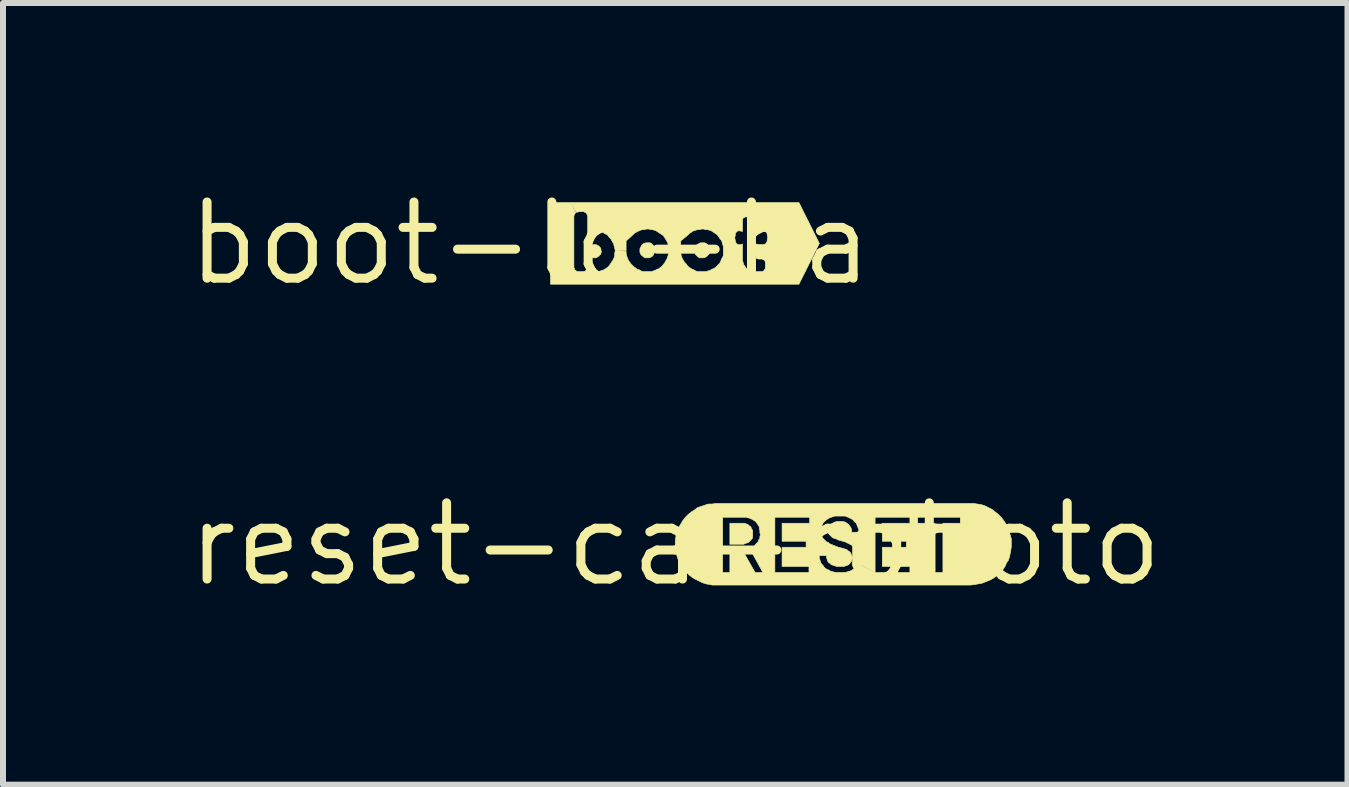
<source format=kicad_pcb>
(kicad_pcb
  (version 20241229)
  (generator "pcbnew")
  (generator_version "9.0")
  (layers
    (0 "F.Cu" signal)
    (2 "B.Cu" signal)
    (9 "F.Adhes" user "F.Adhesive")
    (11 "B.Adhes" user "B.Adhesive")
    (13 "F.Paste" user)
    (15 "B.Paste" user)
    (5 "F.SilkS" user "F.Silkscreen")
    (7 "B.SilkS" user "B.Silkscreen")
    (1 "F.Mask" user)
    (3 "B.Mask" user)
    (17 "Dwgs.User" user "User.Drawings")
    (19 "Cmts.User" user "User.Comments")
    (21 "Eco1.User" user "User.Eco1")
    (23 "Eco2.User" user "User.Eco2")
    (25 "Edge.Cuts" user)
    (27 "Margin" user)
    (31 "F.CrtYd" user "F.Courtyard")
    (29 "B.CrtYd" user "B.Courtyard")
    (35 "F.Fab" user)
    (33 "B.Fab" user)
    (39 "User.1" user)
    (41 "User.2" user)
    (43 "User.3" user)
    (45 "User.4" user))
  (footprint "reset-ca-roboto"
    (layer "F.Cu")
    (at 8.202 6.019)
    (property "Reference" "reset-ca-roboto" (at 0 0 0) (layer "F.SilkS") (effects (font (size 1.27 1.27) (thickness 0.15))))
    (attr board_only exclude_from_pos_files exclude_from_bom)
    (fp_poly (pts (xy 0.91 0) (xy 1.1 0) (xy 1.14 0) (xy 1.16 -0.01) (xy 1.19 -0.02) (xy 1.22 -0.03) (xy 1.24 -0.05) (xy 1.26 -0.07) (xy 1.28 -0.09) (xy 1.29 -0.12) (xy 1.29 -0.15) (xy 1.29 -0.2) (xy 1.29 -0.23) (xy 1.27 -0.26) (xy 1.26 -0.29) (xy 1.23 -0.31) (xy 1.21 -0.33) (xy 1.18 -0.34) (xy 1.15 -0.35) (xy 1.1 -0.35) (xy 0.91 -0.35) (xy 0.91 0)) (stroke (width 0.01) (type solid)) (fill yes) (layer "F.SilkS"))
    (fp_poly (pts (xy 0.68 -0.68) (xy 0.61 -0.67) (xy 0.55 -0.67) (xy 0.49 -0.65) (xy 0.43 -0.63) (xy 0.37 -0.61) (xy 0.32 -0.57) (xy 0.27 -0.54) (xy 0.22 -0.5) (xy 0.17 -0.45) (xy 0.13 -0.4) (xy 0.1 -0.35) (xy 0.07 -0.3) (xy 0.04 -0.24) (xy 0.02 -0.18) (xy 0.01 -0.12) (xy 0 -0.05) (xy 0 0.01) (xy 0 0.07) (xy 0.01 0.13) (xy 0.03 0.2) (xy 0.05 0.26) (xy 0.08 0.31) (xy 0.11 0.37) (xy 0.15 0.42) (xy 0.19 0.47) (xy 0.23 0.51) (xy 0.28 0.55) (xy 0.33 0.58) (xy 0.39 0.61) (xy 0.45 0.64) (xy 0.51 0.66) (xy 0.57 0.67) (xy 0.62 0.68) (xy 0.68 0.68) (xy 0.79 0.47) (xy 0.79 -0.45) (xy 1.1 -0.45) (xy 1.15 -0.45) (xy 1.19 -0.45) (xy 1.25 -0.43) (xy 1.27 -0.42) (xy 1.29 -0.41) (xy 1.32 -0.39) (xy 1.34 -0.38) (xy 1.35 -0.36) (xy 1.37 -0.34) (xy 1.38 -0.32) (xy 1.4 -0.29) (xy 1.4 -0.26) (xy 1.41 -0.23) (xy 1.41 -0.19) (xy 1.42 -0.16) (xy 1.41 -0.13) (xy 1.41 -0.1) (xy 1.39 -0.07) (xy 1.38 -0.04) (xy 1.36 -0.02) (xy 1.34 0) (xy 1.32 0.03) (xy 1.3 0.04) (xy 1.27 0.06) (xy 1.24 0.07) (xy 1.46 0.47) (xy 1.66 0.47) (xy 1.66 -0.45) (xy 2.24 -0.45) (xy 2.24 -0.35) (xy 1.78 -0.35) (xy 1.78 -0.05) (xy 2.18 -0.05) (xy 2.18 0.05) (xy 1.78 0.05) (xy 1.78 0.37) (xy 2.25 0.37) (xy 2.42 0.29) (xy 2.41 0.26) (xy 2.4 0.23) (xy 2.4 0.19) (xy 2.52 0.19) (xy 2.52 0.22) (xy 2.53 0.25) (xy 2.54 0.28) (xy 2.55 0.3) (xy 2.58 0.32) (xy 2.6 0.34) (xy 2.63 0.35) (xy 2.66 0.36) (xy 2.69 0.37) (xy 2.73 0.37) (xy 2.77 0.37) (xy 2.81 0.37) (xy 2.84 0.36) (xy 2.87 0.35) (xy 2.89 0.34) (xy 2.91 0.32) (xy 2.92 0.3) (xy 2.94 0.28) (xy 2.94 0.26) (xy 2.95 0.24) (xy 2.95 0.21) (xy 2.94 0.19) (xy 2.93 0.16) (xy 2.92 0.14) (xy 2.91 0.13) (xy 2.9 0.12) (xy 2.88 0.11) (xy 2.86 0.09) (xy 2.8 0.07) (xy 2.72 0.05) (xy 2.64 0.02) (xy 2.57 -0.01) (xy 2.55 -0.03) (xy 2.52 -0.04) (xy 2.5 -0.06) (xy 2.48 -0.08) (xy 2.46 -0.1) (xy 2.45 -0.12) (xy 2.44 -0.14) (xy 2.43 -0.17) (xy 2.43 -0.19) (xy 2.42 -0.22) (xy 2.43 -0.25) (xy 2.43 -0.27) (xy 2.44 -0.3) (xy 2.45 -0.32) (xy 2.46 -0.35) (xy 2.48 -0.37) (xy 2.5 -0.39) (xy 2.52 -0.41) (xy 2.54 -0.42) (xy 2.57 -0.44) (xy 2.6 -0.45) (xy 2.63 -0.46) (xy 2.66 -0.47) (xy 2.69 -0.47) (xy 2.72 -0.47) (xy 2.76 -0.47) (xy 2.8 -0.47) (xy 2.83 -0.47) (xy 2.88 -0.45) (xy 2.92 -0.43) (xy 2.96 -0.41) (xy 2.99 -0.37) (xy 3.01 -0.36) (xy 3.02 -0.34) (xy 3.04 -0.29) (xy 3.06 -0.24) (xy 3.06 -0.2) (xy 2.94 -0.2) (xy 2.94 -0.24) (xy 2.93 -0.27) (xy 2.91 -0.3) (xy 2.89 -0.33) (xy 2.86 -0.35) (xy 2.83 -0.37) (xy 2.79 -0.38) (xy 2.74 -0.38) (xy 2.7 -0.38) (xy 2.66 -0.37) (xy 2.62 -0.35) (xy 2.59 -0.33) (xy 2.57 -0.31) (xy 2.56 -0.28) (xy 2.55 -0.24) (xy 2.55 -0.22) (xy 2.55 -0.21) (xy 2.55 -0.18) (xy 2.57 -0.16) (xy 2.59 -0.14) (xy 2.61 -0.12) (xy 2.64 -0.1) (xy 2.68 -0.09) (xy 2.72 -0.07) (xy 2.83 -0.04) (xy 2.87 -0.02) (xy 2.91 0) (xy 2.95 0.02) (xy 2.98 0.05) (xy 3.01 0.08) (xy 3.04 0.11) (xy 3.05 0.12) (xy 3.05 0.14) (xy 3.06 0.17) (xy 3.07 0.19) (xy 3.07 0.21) (xy 3.07 0.24) (xy 3.07 0.26) (xy 3.06 0.28) (xy 3.05 0.32) (xy 3.33 0.47) (xy 3.33 -0.45) (xy 3.91 -0.45) (xy 3.91 -0.35) (xy 4.04 -0.35) (xy 4.04 -0.45) (xy 4.75 -0.45) (xy 4.75 -0.35) (xy 4.46 -0.35) (xy 4.46 0.47) (xy 4.33 0.47) (xy 4.33 -0.35) (xy 4.04 -0.35) (xy 3.91 -0.35) (xy 3.45 -0.35) (xy 3.45 -0.05) (xy 3.85 -0.05) (xy 3.85 0.05) (xy 3.45 0.05) (xy 3.45 0.37) (xy 3.91 0.37) (xy 3.91 0.47) (xy 3.33 0.47) (xy 3.05 0.33) (xy 3.03 0.36) (xy 3 0.39) (xy 2.96 0.42) (xy 2.93 0.44) (xy 2.9 0.45) (xy 2.87 0.46) (xy 2.83 0.47) (xy 2.79 0.47) (xy 2.74 0.47) (xy 2.7 0.47) (xy 2.67 0.47) (xy 2.63 0.46) (xy 2.59 0.45) (xy 2.56 0.43) (xy 2.53 0.42) (xy 2.5 0.4) (xy 2.48 0.38) (xy 2.46 0.35) (xy 2.44 0.33) (xy 2.42 0.3) (xy 2.25 0.37) (xy 2.25 0.47) (xy 1.66 0.47) (xy 1.46 0.47) (xy 1.33 0.47) (xy 1.12 0.1) (xy 0.91 0.1) (xy 0.91 0.47) (xy 0.79 0.47) (xy 0.68 0.68) (xy 4.92 0.68) (xy 5 0.67) (xy 5.05 0.66) (xy 5.11 0.65) (xy 5.16 0.63) (xy 5.21 0.61) (xy 5.26 0.59) (xy 5.31 0.56) (xy 5.35 0.53) (xy 5.39 0.49) (xy 5.43 0.45) (xy 5.47 0.41) (xy 5.5 0.36) (xy 5.52 0.31) (xy 5.55 0.27) (xy 5.57 0.21) (xy 5.58 0.16) (xy 5.59 0.11) (xy 5.6 0.04) (xy 5.6 -0.03) (xy 5.6 -0.09) (xy 5.58 -0.16) (xy 5.56 -0.22) (xy 5.54 -0.28) (xy 5.51 -0.34) (xy 5.47 -0.4) (xy 5.43 -0.45) (xy 5.38 -0.5) (xy 5.33 -0.54) (xy 5.28 -0.58) (xy 5.22 -0.61) (xy 5.16 -0.64) (xy 5.1 -0.66) (xy 5.03 -0.67) (xy 4.98 -0.68) (xy 4.93 -0.68) (xy 0.68 -0.68)) (stroke (width 0.01) (type solid)) (fill yes) (layer "F.SilkS")))
  (footprint "boot-lc-ha"
    (layer "F.Cu")
    (at 5.783 1.006)
    (property "Reference" "boot-lc-ha" (at 0 0 0) (layer "F.SilkS") (effects (font (size 1.27 1.27) (thickness 0.15))))
    (attr board_only exclude_from_pos_files exclude_from_bom)
    (fp_poly (pts (xy 1.02 0.24) (xy 1.08 0.24) (xy 1.1 0.24) (xy 1.12 0.23) (xy 1.13 0.22) (xy 1.15 0.21) (xy 1.16 0.19) (xy 1.18 0.18) (xy 1.18 0.16) (xy 1.19 0.14) (xy 1.18 0.11) (xy 1.18 0.09) (xy 1.17 0.07) (xy 1.16 0.06) (xy 1.14 0.04) (xy 1.12 0.03) (xy 1.1 0.02) (xy 1.08 0.02) (xy 1.06 0.02) (xy 1.03 0.03) (xy 1.01 0.04) (xy 1 0.05) (xy 0.98 0.06) (xy 0.97 0.08) (xy 0.97 0.1) (xy 0.96 0.12) (xy 0.96 0.15) (xy 0.97 0.17) (xy 0.97 0.18) (xy 0.98 0.2) (xy 1.02 0.24)) (stroke (width 0.01) (type solid)) (fill yes) (layer "F.SilkS"))
    (fp_poly (pts (xy 1.91 0.24) (xy 1.97 0.24) (xy 1.99 0.24) (xy 2.01 0.23) (xy 2.03 0.22) (xy 2.05 0.2) (xy 2.06 0.18) (xy 2.07 0.16) (xy 2.08 0.14) (xy 2.08 0.11) (xy 2.08 0.08) (xy 2.07 0.06) (xy 2.06 0.04) (xy 2.04 0.02) (xy 2.02 0) (xy 2 -0.01) (xy 1.97 -0.01) (xy 1.95 -0.01) (xy 1.93 -0.01) (xy 1.9 0) (xy 1.88 0.01) (xy 1.86 0.03) (xy 1.85 0.05) (xy 1.84 0.07) (xy 1.83 0.09) (xy 1.83 0.12) (xy 1.83 0.15) (xy 1.84 0.17) (xy 1.85 0.19) (xy 1.86 0.2) (xy 1.91 0.24)) (stroke (width 0.01) (type solid)) (fill yes) (layer "F.SilkS"))
    (fp_poly (pts (xy 2.82 0.24) (xy 2.88 0.24) (xy 2.9 0.24) (xy 2.92 0.23) (xy 2.94 0.22) (xy 2.96 0.2) (xy 2.98 0.18) (xy 2.99 0.16) (xy 2.99 0.14) (xy 2.99 0.11) (xy 2.99 0.08) (xy 2.98 0.06) (xy 2.97 0.04) (xy 2.96 0.02) (xy 2.93 0) (xy 2.91 -0.01) (xy 2.89 -0.01) (xy 2.86 -0.01) (xy 2.84 -0.01) (xy 2.82 0) (xy 2.8 0.01) (xy 2.77 0.03) (xy 2.76 0.05) (xy 2.75 0.07) (xy 2.74 0.09) (xy 2.74 0.12) (xy 2.75 0.15) (xy 2.75 0.17) (xy 2.76 0.19) (xy 2.77 0.2) (xy 2.82 0.24)) (stroke (width 0.01) (type solid)) (fill yes) (layer "F.SilkS"))
    (fp_poly (pts (xy 0.68 -0.68) (xy 0.34 -0.68) (xy 0.34 0.68) (xy 4.48 0.68) (xy 4.82 0) (xy 4.48 -0.68) (xy 0.68 -0.68) (xy 0.77 -0.52) (xy 0.79 -0.52) (xy 0.82 -0.53) (xy 0.86 -0.53) (xy 0.89 -0.53) (xy 0.91 -0.52) (xy 0.93 -0.51) (xy 0.94 -0.5) (xy 0.95 -0.48) (xy 0.96 -0.46) (xy 0.96 -0.15) (xy 0.97 -0.16) (xy 0.98 -0.18) (xy 1 -0.19) (xy 1.02 -0.19) (xy 1.06 -0.21) (xy 1.1 -0.21) (xy 1.14 -0.21) (xy 1.18 -0.2) (xy 1.22 -0.18) (xy 1.25 -0.16) (xy 1.29 -0.14) (xy 1.32 -0.1) (xy 1.35 -0.07) (xy 1.37 -0.03) (xy 1.39 0) (xy 1.4 0.04) (xy 1.41 0.08) (xy 1.42 0.12) (xy 1.6 0.12) (xy 1.6 -0.04) (xy 1.71 -0.14) (xy 1.74 -0.17) (xy 1.76 -0.18) (xy 1.79 -0.2) (xy 1.82 -0.21) (xy 1.84 -0.22) (xy 1.87 -0.23) (xy 1.91 -0.23) (xy 1.94 -0.24) (xy 1.98 -0.24) (xy 2.01 -0.23) (xy 2.04 -0.23) (xy 2.07 -0.22) (xy 2.1 -0.21) (xy 2.13 -0.19) (xy 2.16 -0.17) (xy 2.19 -0.15) (xy 2.22 -0.13) (xy 2.24 -0.1) (xy 2.26 -0.07) (xy 2.27 -0.05) (xy 2.29 -0.02) (xy 2.3 0.02) (xy 2.31 0.05) (xy 2.31 0.09) (xy 2.31 0.13) (xy 2.51 0.12) (xy 2.51 -0.04) (xy 2.63 -0.14) (xy 2.66 -0.17) (xy 2.68 -0.18) (xy 2.7 -0.2) (xy 2.73 -0.21) (xy 2.76 -0.22) (xy 2.79 -0.23) (xy 2.82 -0.23) (xy 2.86 -0.24) (xy 2.89 -0.24) (xy 2.92 -0.23) (xy 2.96 -0.23) (xy 2.99 -0.22) (xy 3.02 -0.21) (xy 3.05 -0.19) (xy 3.08 -0.17) (xy 3.11 -0.15) (xy 3.13 -0.13) (xy 3.15 -0.1) (xy 3.17 -0.07) (xy 3.19 -0.05) (xy 3.2 -0.02) (xy 3.21 0.02) (xy 3.42 -0.03) (xy 3.42 -0.05) (xy 3.41 -0.09) (xy 3.42 -0.14) (xy 3.42 -0.16) (xy 3.43 -0.18) (xy 3.45 -0.2) (xy 3.47 -0.21) (xy 3.49 -0.21) (xy 3.54 -0.2) (xy 3.54 -0.38) (xy 3.54 -0.4) (xy 3.55 -0.42) (xy 3.56 -0.43) (xy 3.57 -0.43) (xy 3.58 -0.44) (xy 3.6 -0.44) (xy 3.63 -0.45) (xy 3.65 -0.45) (xy 3.68 -0.45) (xy 3.7 -0.44) (xy 3.71 -0.44) (xy 3.73 -0.43) (xy 3.74 -0.42) (xy 3.75 -0.41) (xy 3.75 -0.4) (xy 3.76 -0.38) (xy 3.76 -0.34) (xy 3.76 -0.2) (xy 3.83 -0.21) (xy 3.88 -0.21) (xy 3.92 -0.2) (xy 3.93 -0.19) (xy 3.94 -0.18) (xy 3.95 -0.16) (xy 3.95 -0.15) (xy 3.96 -0.1) (xy 3.95 -0.05) (xy 3.95 -0.03) (xy 3.94 -0.02) (xy 3.93 0) (xy 3.92 0.01) (xy 3.88 0.02) (xy 3.84 0.02) (xy 3.76 0.01) (xy 3.76 0.2) (xy 3.76 0.22) (xy 3.77 0.24) (xy 3.77 0.25) (xy 3.78 0.25) (xy 3.8 0.26) (xy 3.84 0.26) (xy 3.86 0.26) (xy 3.89 0.27) (xy 3.9 0.28) (xy 3.91 0.29) (xy 3.92 0.31) (xy 3.92 0.35) (xy 3.92 0.4) (xy 3.92 0.42) (xy 3.91 0.43) (xy 3.9 0.45) (xy 3.89 0.46) (xy 3.86 0.47) (xy 3.83 0.47) (xy 3.78 0.47) (xy 3.74 0.47) (xy 3.7 0.46) (xy 3.66 0.45) (xy 3.64 0.44) (xy 3.62 0.43) (xy 3.61 0.42) (xy 3.59 0.4) (xy 3.58 0.38) (xy 3.57 0.37) (xy 3.56 0.35) (xy 3.55 0.32) (xy 3.54 0.28) (xy 3.54 0.23) (xy 3.54 0.01) (xy 3.51 0.02) (xy 3.48 0.02) (xy 3.46 0.02) (xy 3.45 0.01) (xy 3.44 0) (xy 3.43 -0.01) (xy 3.42 -0.03) (xy 3.21 0.02) (xy 3.22 0.05) (xy 3.22 0.09) (xy 3.22 0.13) (xy 3.22 0.16) (xy 3.22 0.2) (xy 3.21 0.23) (xy 3.19 0.26) (xy 3.18 0.29) (xy 3.16 0.33) (xy 3.14 0.35) (xy 3.11 0.38) (xy 3.09 0.4) (xy 3.06 0.42) (xy 3.03 0.43) (xy 3 0.45) (xy 2.96 0.46) (xy 2.93 0.47) (xy 2.9 0.47) (xy 2.86 0.47) (xy 2.83 0.47) (xy 2.8 0.47) (xy 2.76 0.46) (xy 2.73 0.44) (xy 2.7 0.43) (xy 2.67 0.41) (xy 2.64 0.39) (xy 2.62 0.37) (xy 2.6 0.34) (xy 2.57 0.31) (xy 2.56 0.29) (xy 2.54 0.26) (xy 2.52 0.21) (xy 2.51 0.16) (xy 2.51 0.13) (xy 2.31 0.13) (xy 2.31 0.16) (xy 2.3 0.2) (xy 2.29 0.23) (xy 2.28 0.26) (xy 2.26 0.29) (xy 2.24 0.33) (xy 2.22 0.35) (xy 2.2 0.38) (xy 2.17 0.4) (xy 2.15 0.42) (xy 2.12 0.43) (xy 2.08 0.45) (xy 2.05 0.46) (xy 2.02 0.47) (xy 1.98 0.47) (xy 1.95 0.47) (xy 1.91 0.47) (xy 1.88 0.47) (xy 1.85 0.46) (xy 1.82 0.44) (xy 1.78 0.43) (xy 1.76 0.41) (xy 1.73 0.39) (xy 1.71 0.37) (xy 1.68 0.34) (xy 1.66 0.31) (xy 1.64 0.29) (xy 1.63 0.26) (xy 1.61 0.21) (xy 1.6 0.16) (xy 1.6 0.13) (xy 1.42 0.12) (xy 1.41 0.16) (xy 1.41 0.2) (xy 1.4 0.24) (xy 1.38 0.28) (xy 1.36 0.31) (xy 1.34 0.34) (xy 1.32 0.37) (xy 1.29 0.4) (xy 1.26 0.42) (xy 1.23 0.44) (xy 1.2 0.45) (xy 1.17 0.46) (xy 1.14 0.47) (xy 1.11 0.47) (xy 1.08 0.47) (xy 1.04 0.47) (xy 1.02 0.46) (xy 0.99 0.44) (xy 0.97 0.43) (xy 0.96 0.41) (xy 0.95 0.43) (xy 0.94 0.44) (xy 0.92 0.46) (xy 0.9 0.47) (xy 0.86 0.47) (xy 0.83 0.47) (xy 0.79 0.47) (xy 0.77 0.46) (xy 0.76 0.45) (xy 0.75 0.45) (xy 0.74 0.42) (xy 0.73 0.4) (xy 0.73 -0.46) (xy 0.74 -0.48) (xy 0.75 -0.5) (xy 0.76 -0.51) (xy 0.68 -0.68)) (stroke (width 0.01) (type solid)) (fill yes) (layer "F.SilkS")))
  (gr_rect
    (start -3 -3)
    (end 19.404 10.025)
    (stroke (width 0.1) (type default))
    (fill no)
    (layer "Edge.Cuts")))
</source>
